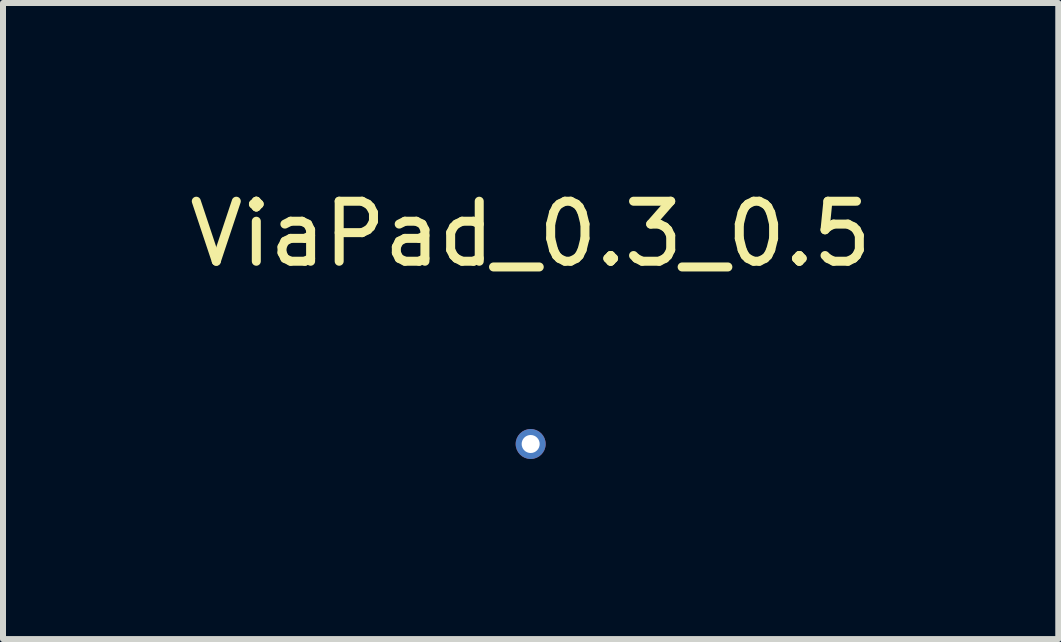
<source format=kicad_pcb>
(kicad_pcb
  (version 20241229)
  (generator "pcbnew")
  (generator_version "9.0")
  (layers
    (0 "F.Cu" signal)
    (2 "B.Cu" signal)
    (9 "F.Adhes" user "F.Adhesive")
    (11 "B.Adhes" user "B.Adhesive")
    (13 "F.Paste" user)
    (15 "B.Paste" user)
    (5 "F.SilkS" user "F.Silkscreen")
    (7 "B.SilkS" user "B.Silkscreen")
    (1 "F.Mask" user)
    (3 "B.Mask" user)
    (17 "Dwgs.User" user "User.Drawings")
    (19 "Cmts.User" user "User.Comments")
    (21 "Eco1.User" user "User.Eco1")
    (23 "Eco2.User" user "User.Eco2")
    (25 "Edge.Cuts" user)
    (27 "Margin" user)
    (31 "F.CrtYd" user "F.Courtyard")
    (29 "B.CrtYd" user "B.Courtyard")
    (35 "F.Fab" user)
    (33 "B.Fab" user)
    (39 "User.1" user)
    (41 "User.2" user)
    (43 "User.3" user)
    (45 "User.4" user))
  (footprint "ViaPad_0.3_0.5"
    (layer "F.Cu")
    (at 5.792 4.348)
    (property "Reference" "ViaPad_0.3_0.5" (at 0 -3.5 0) (layer "F.SilkS") (effects (font (size 1 1) (thickness 0.15))))
    (attr exclude_from_pos_files exclude_from_bom)
    (pad "1" thru_hole circle (at 0 0) (size 0.5 0.5) (drill 0.3) (layers "*.Cu" "*.Mask")))
  (gr_rect
    (start -3 -3)
    (end 14.583 7.598)
    (stroke (width 0.1) (type default))
    (fill no)
    (layer "Edge.Cuts")))
</source>
